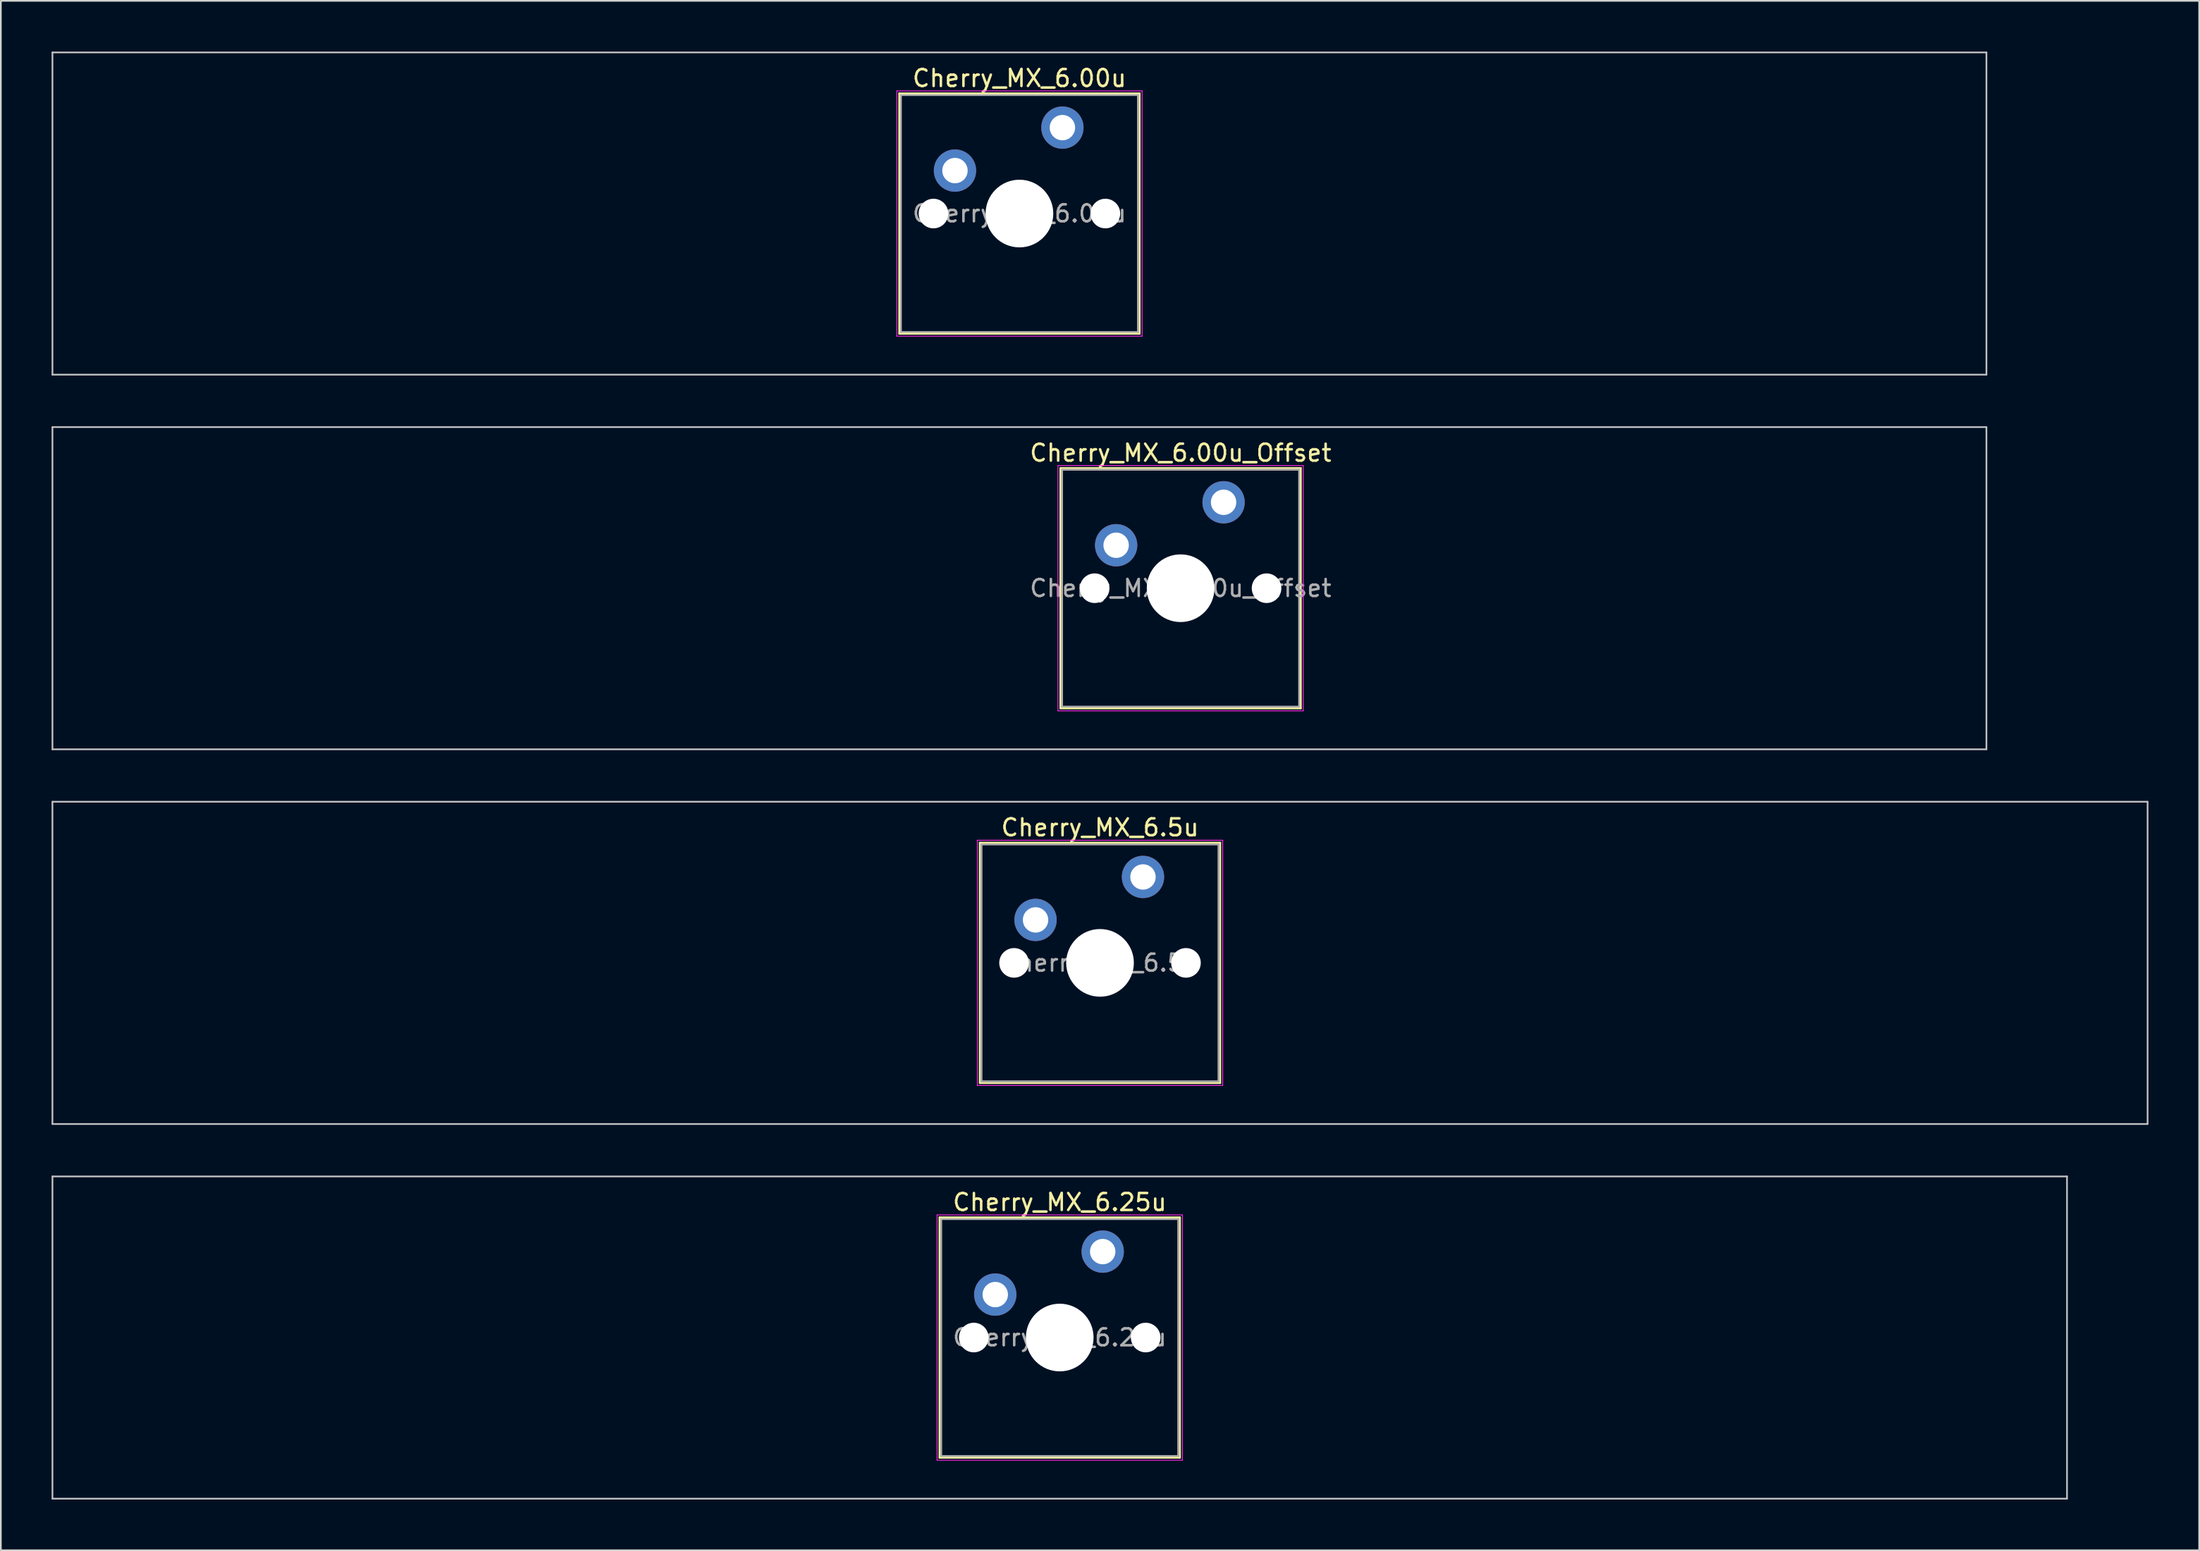
<source format=kicad_pcb>
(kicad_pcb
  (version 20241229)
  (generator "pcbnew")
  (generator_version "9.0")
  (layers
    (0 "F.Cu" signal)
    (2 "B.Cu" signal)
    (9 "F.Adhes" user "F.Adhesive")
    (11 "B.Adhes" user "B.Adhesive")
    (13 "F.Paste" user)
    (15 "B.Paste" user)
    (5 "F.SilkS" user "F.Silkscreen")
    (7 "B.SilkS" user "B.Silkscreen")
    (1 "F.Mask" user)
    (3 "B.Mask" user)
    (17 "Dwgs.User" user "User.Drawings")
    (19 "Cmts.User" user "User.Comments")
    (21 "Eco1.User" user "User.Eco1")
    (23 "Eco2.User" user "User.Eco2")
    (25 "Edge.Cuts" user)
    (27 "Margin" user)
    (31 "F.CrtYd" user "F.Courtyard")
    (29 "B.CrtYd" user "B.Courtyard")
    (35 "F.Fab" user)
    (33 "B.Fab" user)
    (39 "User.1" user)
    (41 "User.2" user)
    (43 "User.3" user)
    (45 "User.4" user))
  (footprint "Cherry_MX_6.25u"
    (layer "F.Cu")
    (at 59.581 76.025)
    (property "Reference" "Cherry_MX_6.25u" (at 0 -8 0) (layer "F.SilkS") (effects (font (size 1 1) (thickness 0.15))))
    (attr through_hole)
    (fp_line (start -7.1 -7.1) (end -7.1 7.1) (stroke (width 0.12) (type solid)) (layer "F.SilkS"))
    (fp_line (start -7.1 7.1) (end 7.1 7.1) (stroke (width 0.12) (type solid)) (layer "F.SilkS"))
    (fp_line (start 7.1 -7.1) (end -7.1 -7.1) (stroke (width 0.12) (type solid)) (layer "F.SilkS"))
    (fp_line (start 7.1 7.1) (end 7.1 -7.1) (stroke (width 0.12) (type solid)) (layer "F.SilkS"))
    (fp_line (start -59.531 -9.525) (end -59.531 9.525) (stroke (width 0.1) (type solid)) (layer "Dwgs.User"))
    (fp_line (start -59.531 9.525) (end 59.531 9.525) (stroke (width 0.1) (type solid)) (layer "Dwgs.User"))
    (fp_line (start 59.531 -9.525) (end -59.531 -9.525) (stroke (width 0.1) (type solid)) (layer "Dwgs.User"))
    (fp_line (start 59.531 9.525) (end 59.531 -9.525) (stroke (width 0.1) (type solid)) (layer "Dwgs.User"))
    (fp_line (start -7 -7) (end -7 7) (stroke (width 0.1) (type solid)) (layer "Eco1.User"))
    (fp_line (start -7 7) (end 7 7) (stroke (width 0.1) (type solid)) (layer "Eco1.User"))
    (fp_line (start 7 -7) (end -7 -7) (stroke (width 0.1) (type solid)) (layer "Eco1.User"))
    (fp_line (start 7 7) (end 7 -7) (stroke (width 0.1) (type solid)) (layer "Eco1.User"))
    (fp_line (start -7.25 -7.25) (end -7.25 7.25) (stroke (width 0.05) (type solid)) (layer "F.CrtYd"))
    (fp_line (start -7.25 7.25) (end 7.25 7.25) (stroke (width 0.05) (type solid)) (layer "F.CrtYd"))
    (fp_line (start 7.25 -7.25) (end -7.25 -7.25) (stroke (width 0.05) (type solid)) (layer "F.CrtYd"))
    (fp_line (start 7.25 7.25) (end 7.25 -7.25) (stroke (width 0.05) (type solid)) (layer "F.CrtYd"))
    (fp_line (start -7 -7) (end -7 7) (stroke (width 0.1) (type solid)) (layer "F.Fab"))
    (fp_line (start -7 7) (end 7 7) (stroke (width 0.1) (type solid)) (layer "F.Fab"))
    (fp_line (start 7 -7) (end -7 -7) (stroke (width 0.1) (type solid)) (layer "F.Fab"))
    (fp_line (start 7 7) (end 7 -7) (stroke (width 0.1) (type solid)) (layer "F.Fab"))
    (fp_text user "${REFERENCE}" (at 0 0 0) (layer "F.Fab") (effects (font (size 1 1) (thickness 0.15))))
    (pad "" np_thru_hole circle (at -5.08 0) (size 1.75 1.75) (drill 1.75) (layers "*.Cu" "*.Mask"))
    (pad "" np_thru_hole circle (at 0 0) (size 4 4) (drill 4) (layers "*.Cu" "*.Mask"))
    (pad "" np_thru_hole circle (at 5.08 0) (size 1.75 1.75) (drill 1.75) (layers "*.Cu" "*.Mask"))
    (pad "1" thru_hole circle (at -3.81 -2.54) (size 2.5 2.5) (drill 1.5) (layers "*.Cu" "*.Mask"))
    (pad "2" thru_hole circle (at 2.54 -5.08) (size 2.5 2.5) (drill 1.5) (layers "*.Cu" "*.Mask")))
  (footprint "Cherry_MX_6.5u"
    (layer "F.Cu")
    (at 61.962 53.875)
    (property "Reference" "Cherry_MX_6.5u" (at 0 -8 0) (layer "F.SilkS") (effects (font (size 1 1) (thickness 0.15))))
    (attr through_hole)
    (fp_line (start -7.1 -7.1) (end -7.1 7.1) (stroke (width 0.12) (type solid)) (layer "F.SilkS"))
    (fp_line (start -7.1 7.1) (end 7.1 7.1) (stroke (width 0.12) (type solid)) (layer "F.SilkS"))
    (fp_line (start 7.1 -7.1) (end -7.1 -7.1) (stroke (width 0.12) (type solid)) (layer "F.SilkS"))
    (fp_line (start 7.1 7.1) (end 7.1 -7.1) (stroke (width 0.12) (type solid)) (layer "F.SilkS"))
    (fp_line (start -61.913 -9.525) (end -61.913 9.525) (stroke (width 0.1) (type solid)) (layer "Dwgs.User"))
    (fp_line (start -61.913 9.525) (end 61.913 9.525) (stroke (width 0.1) (type solid)) (layer "Dwgs.User"))
    (fp_line (start 61.913 -9.525) (end -61.913 -9.525) (stroke (width 0.1) (type solid)) (layer "Dwgs.User"))
    (fp_line (start 61.913 9.525) (end 61.913 -9.525) (stroke (width 0.1) (type solid)) (layer "Dwgs.User"))
    (fp_line (start -7 -7) (end -7 7) (stroke (width 0.1) (type solid)) (layer "Eco1.User"))
    (fp_line (start -7 7) (end 7 7) (stroke (width 0.1) (type solid)) (layer "Eco1.User"))
    (fp_line (start 7 -7) (end -7 -7) (stroke (width 0.1) (type solid)) (layer "Eco1.User"))
    (fp_line (start 7 7) (end 7 -7) (stroke (width 0.1) (type solid)) (layer "Eco1.User"))
    (fp_line (start -7.25 -7.25) (end -7.25 7.25) (stroke (width 0.05) (type solid)) (layer "F.CrtYd"))
    (fp_line (start -7.25 7.25) (end 7.25 7.25) (stroke (width 0.05) (type solid)) (layer "F.CrtYd"))
    (fp_line (start 7.25 -7.25) (end -7.25 -7.25) (stroke (width 0.05) (type solid)) (layer "F.CrtYd"))
    (fp_line (start 7.25 7.25) (end 7.25 -7.25) (stroke (width 0.05) (type solid)) (layer "F.CrtYd"))
    (fp_line (start -7 -7) (end -7 7) (stroke (width 0.1) (type solid)) (layer "F.Fab"))
    (fp_line (start -7 7) (end 7 7) (stroke (width 0.1) (type solid)) (layer "F.Fab"))
    (fp_line (start 7 -7) (end -7 -7) (stroke (width 0.1) (type solid)) (layer "F.Fab"))
    (fp_line (start 7 7) (end 7 -7) (stroke (width 0.1) (type solid)) (layer "F.Fab"))
    (fp_text user "${REFERENCE}" (at 0 0 0) (layer "F.Fab") (effects (font (size 1 1) (thickness 0.15))))
    (pad "" np_thru_hole circle (at -5.08 0) (size 1.75 1.75) (drill 1.75) (layers "*.Cu" "*.Mask"))
    (pad "" np_thru_hole circle (at 0 0) (size 4 4) (drill 4) (layers "*.Cu" "*.Mask"))
    (pad "" np_thru_hole circle (at 5.08 0) (size 1.75 1.75) (drill 1.75) (layers "*.Cu" "*.Mask"))
    (pad "1" thru_hole circle (at -3.81 -2.54) (size 2.5 2.5) (drill 1.5) (layers "*.Cu" "*.Mask"))
    (pad "2" thru_hole circle (at 2.54 -5.08) (size 2.5 2.5) (drill 1.5) (layers "*.Cu" "*.Mask")))
  (footprint "Cherry_MX_6.00u"
    (layer "F.Cu")
    (at 57.2 9.575)
    (property "Reference" "Cherry_MX_6.00u" (at 0 -8 0) (layer "F.SilkS") (effects (font (size 1 1) (thickness 0.15))))
    (attr through_hole)
    (fp_line (start -7.1 -7.1) (end -7.1 7.1) (stroke (width 0.12) (type solid)) (layer "F.SilkS"))
    (fp_line (start -7.1 7.1) (end 7.1 7.1) (stroke (width 0.12) (type solid)) (layer "F.SilkS"))
    (fp_line (start 7.1 -7.1) (end -7.1 -7.1) (stroke (width 0.12) (type solid)) (layer "F.SilkS"))
    (fp_line (start 7.1 7.1) (end 7.1 -7.1) (stroke (width 0.12) (type solid)) (layer "F.SilkS"))
    (fp_line (start -57.15 -9.525) (end -57.15 9.525) (stroke (width 0.1) (type solid)) (layer "Dwgs.User"))
    (fp_line (start -57.15 9.525) (end 57.15 9.525) (stroke (width 0.1) (type solid)) (layer "Dwgs.User"))
    (fp_line (start 57.15 -9.525) (end -57.15 -9.525) (stroke (width 0.1) (type solid)) (layer "Dwgs.User"))
    (fp_line (start 57.15 9.525) (end 57.15 -9.525) (stroke (width 0.1) (type solid)) (layer "Dwgs.User"))
    (fp_line (start -7 -7) (end -7 7) (stroke (width 0.1) (type solid)) (layer "Eco1.User"))
    (fp_line (start -7 7) (end 7 7) (stroke (width 0.1) (type solid)) (layer "Eco1.User"))
    (fp_line (start 7 -7) (end -7 -7) (stroke (width 0.1) (type solid)) (layer "Eco1.User"))
    (fp_line (start 7 7) (end 7 -7) (stroke (width 0.1) (type solid)) (layer "Eco1.User"))
    (fp_line (start -7.25 -7.25) (end -7.25 7.25) (stroke (width 0.05) (type solid)) (layer "F.CrtYd"))
    (fp_line (start -7.25 7.25) (end 7.25 7.25) (stroke (width 0.05) (type solid)) (layer "F.CrtYd"))
    (fp_line (start 7.25 -7.25) (end -7.25 -7.25) (stroke (width 0.05) (type solid)) (layer "F.CrtYd"))
    (fp_line (start 7.25 7.25) (end 7.25 -7.25) (stroke (width 0.05) (type solid)) (layer "F.CrtYd"))
    (fp_line (start -7 -7) (end -7 7) (stroke (width 0.1) (type solid)) (layer "F.Fab"))
    (fp_line (start -7 7) (end 7 7) (stroke (width 0.1) (type solid)) (layer "F.Fab"))
    (fp_line (start 7 -7) (end -7 -7) (stroke (width 0.1) (type solid)) (layer "F.Fab"))
    (fp_line (start 7 7) (end 7 -7) (stroke (width 0.1) (type solid)) (layer "F.Fab"))
    (fp_text user "${REFERENCE}" (at 0 0 0) (layer "F.Fab") (effects (font (size 1 1) (thickness 0.15))))
    (pad "" np_thru_hole circle (at -5.08 0) (size 1.75 1.75) (drill 1.75) (layers "*.Cu" "*.Mask"))
    (pad "" np_thru_hole circle (at 0 0) (size 4 4) (drill 4) (layers "*.Cu" "*.Mask"))
    (pad "" np_thru_hole circle (at 5.08 0) (size 1.75 1.75) (drill 1.75) (layers "*.Cu" "*.Mask"))
    (pad "1" thru_hole circle (at -3.81 -2.54) (size 2.5 2.5) (drill 1.5) (layers "*.Cu" "*.Mask"))
    (pad "2" thru_hole circle (at 2.54 -5.08) (size 2.5 2.5) (drill 1.5) (layers "*.Cu" "*.Mask")))
  (footprint "Cherry_MX_6.00u_Offset"
    (layer "F.Cu")
    (at 66.725 31.725)
    (property "Reference" "Cherry_MX_6.00u_Offset" (at 0 -8 0) (layer "F.SilkS") (effects (font (size 1 1) (thickness 0.15))))
    (attr through_hole)
    (fp_line (start -7.1 -7.1) (end -7.1 7.1) (stroke (width 0.12) (type solid)) (layer "F.SilkS"))
    (fp_line (start -7.1 7.1) (end 7.1 7.1) (stroke (width 0.12) (type solid)) (layer "F.SilkS"))
    (fp_line (start 7.1 -7.1) (end -7.1 -7.1) (stroke (width 0.12) (type solid)) (layer "F.SilkS"))
    (fp_line (start 7.1 7.1) (end 7.1 -7.1) (stroke (width 0.12) (type solid)) (layer "F.SilkS"))
    (fp_line (start -66.675 -9.525) (end -66.675 9.525) (stroke (width 0.1) (type solid)) (layer "Dwgs.User"))
    (fp_line (start -66.675 9.525) (end 47.625 9.525) (stroke (width 0.1) (type solid)) (layer "Dwgs.User"))
    (fp_line (start 47.625 -9.525) (end -66.675 -9.525) (stroke (width 0.1) (type solid)) (layer "Dwgs.User"))
    (fp_line (start 47.625 9.525) (end 47.625 -9.525) (stroke (width 0.1) (type solid)) (layer "Dwgs.User"))
    (fp_line (start -7 -7) (end -7 7) (stroke (width 0.1) (type solid)) (layer "Eco1.User"))
    (fp_line (start -7 7) (end 7 7) (stroke (width 0.1) (type solid)) (layer "Eco1.User"))
    (fp_line (start 7 -7) (end -7 -7) (stroke (width 0.1) (type solid)) (layer "Eco1.User"))
    (fp_line (start 7 7) (end 7 -7) (stroke (width 0.1) (type solid)) (layer "Eco1.User"))
    (fp_line (start -7.25 -7.25) (end -7.25 7.25) (stroke (width 0.05) (type solid)) (layer "F.CrtYd"))
    (fp_line (start -7.25 7.25) (end 7.25 7.25) (stroke (width 0.05) (type solid)) (layer "F.CrtYd"))
    (fp_line (start 7.25 -7.25) (end -7.25 -7.25) (stroke (width 0.05) (type solid)) (layer "F.CrtYd"))
    (fp_line (start 7.25 7.25) (end 7.25 -7.25) (stroke (width 0.05) (type solid)) (layer "F.CrtYd"))
    (fp_line (start -7 -7) (end -7 7) (stroke (width 0.1) (type solid)) (layer "F.Fab"))
    (fp_line (start -7 7) (end 7 7) (stroke (width 0.1) (type solid)) (layer "F.Fab"))
    (fp_line (start 7 -7) (end -7 -7) (stroke (width 0.1) (type solid)) (layer "F.Fab"))
    (fp_line (start 7 7) (end 7 -7) (stroke (width 0.1) (type solid)) (layer "F.Fab"))
    (fp_text user "${REFERENCE}" (at 0 0 0) (layer "F.Fab") (effects (font (size 1 1) (thickness 0.15))))
    (pad "" np_thru_hole circle (at -5.08 0) (size 1.75 1.75) (drill 1.75) (layers "*.Cu" "*.Mask"))
    (pad "" np_thru_hole circle (at 0 0) (size 4 4) (drill 4) (layers "*.Cu" "*.Mask"))
    (pad "" np_thru_hole circle (at 5.08 0) (size 1.75 1.75) (drill 1.75) (layers "*.Cu" "*.Mask"))
    (pad "1" thru_hole circle (at -3.81 -2.54) (size 2.5 2.5) (drill 1.5) (layers "*.Cu" "*.Mask"))
    (pad "2" thru_hole circle (at 2.54 -5.08) (size 2.5 2.5) (drill 1.5) (layers "*.Cu" "*.Mask")))
  (gr_rect
    (start -3 -3)
    (end 126.925 88.6)
    (stroke (width 0.1) (type default))
    (fill no)
    (layer "Edge.Cuts")))
</source>
